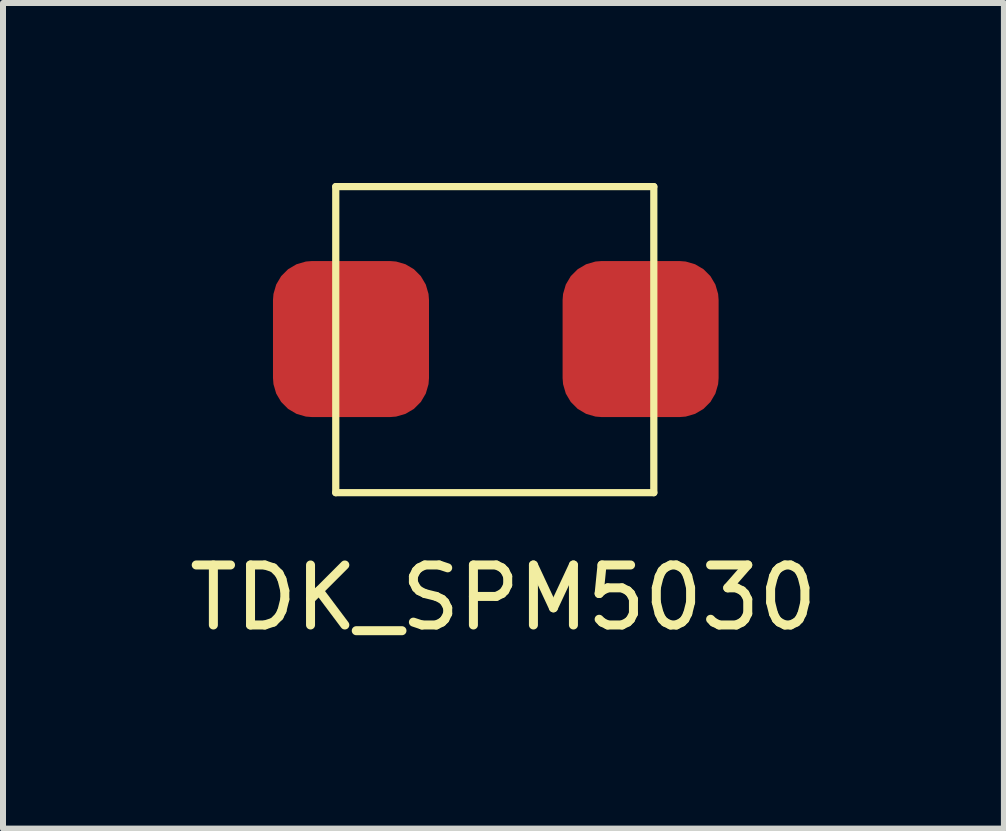
<source format=kicad_pcb>
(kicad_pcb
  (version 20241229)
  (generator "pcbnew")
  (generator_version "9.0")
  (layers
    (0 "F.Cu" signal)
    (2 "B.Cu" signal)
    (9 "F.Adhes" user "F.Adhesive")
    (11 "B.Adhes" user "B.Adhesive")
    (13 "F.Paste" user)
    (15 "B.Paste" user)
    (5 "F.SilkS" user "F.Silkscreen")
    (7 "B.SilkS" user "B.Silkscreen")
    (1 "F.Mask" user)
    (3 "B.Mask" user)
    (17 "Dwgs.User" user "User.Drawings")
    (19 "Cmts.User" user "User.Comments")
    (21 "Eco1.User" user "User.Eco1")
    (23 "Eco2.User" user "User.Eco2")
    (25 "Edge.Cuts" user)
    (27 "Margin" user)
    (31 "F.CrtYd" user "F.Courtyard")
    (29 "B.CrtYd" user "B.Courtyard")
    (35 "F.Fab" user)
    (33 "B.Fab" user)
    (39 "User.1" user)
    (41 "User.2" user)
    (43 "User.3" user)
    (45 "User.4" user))
  (footprint "TDK_SPM5030"
    (layer "F.Cu")
    (at 5.339 6.41)
    (property "Reference" "TDK_SPM5030" (at 0 0.5 0) (layer "F.SilkS") (effects (font (size 1 1) (thickness 0.15))))
    (attr through_hole)
    (fp_line (start -2.794 -6.35) (end -2.794 -1.25) (stroke (width 0.12) (type solid)) (layer "F.SilkS"))
    (fp_line (start -2.794 -6.35) (end 2.506 -6.35) (stroke (width 0.12) (type solid)) (layer "F.SilkS"))
    (fp_line (start -2.794 -1.25) (end 2.506 -1.25) (stroke (width 0.12) (type solid)) (layer "F.SilkS"))
    (fp_line (start 2.506 -1.25) (end 2.506 -6.35) (stroke (width 0.12) (type solid)) (layer "F.SilkS"))
    (pad "1" smd roundrect (at -2.54 -3.81) (size 2.6 2.6) (layers "F.Cu" "F.Mask" "F.Paste") (roundrect_rratio 0.25))
    (pad "2" smd roundrect (at 2.286 -3.81) (size 2.6 2.6) (layers "F.Cu" "F.Mask" "F.Paste") (roundrect_rratio 0.25)))
  (gr_rect
    (start -3 -3)
    (end 13.679 10.758)
    (stroke (width 0.1) (type default))
    (fill no)
    (layer "Edge.Cuts")))
</source>
